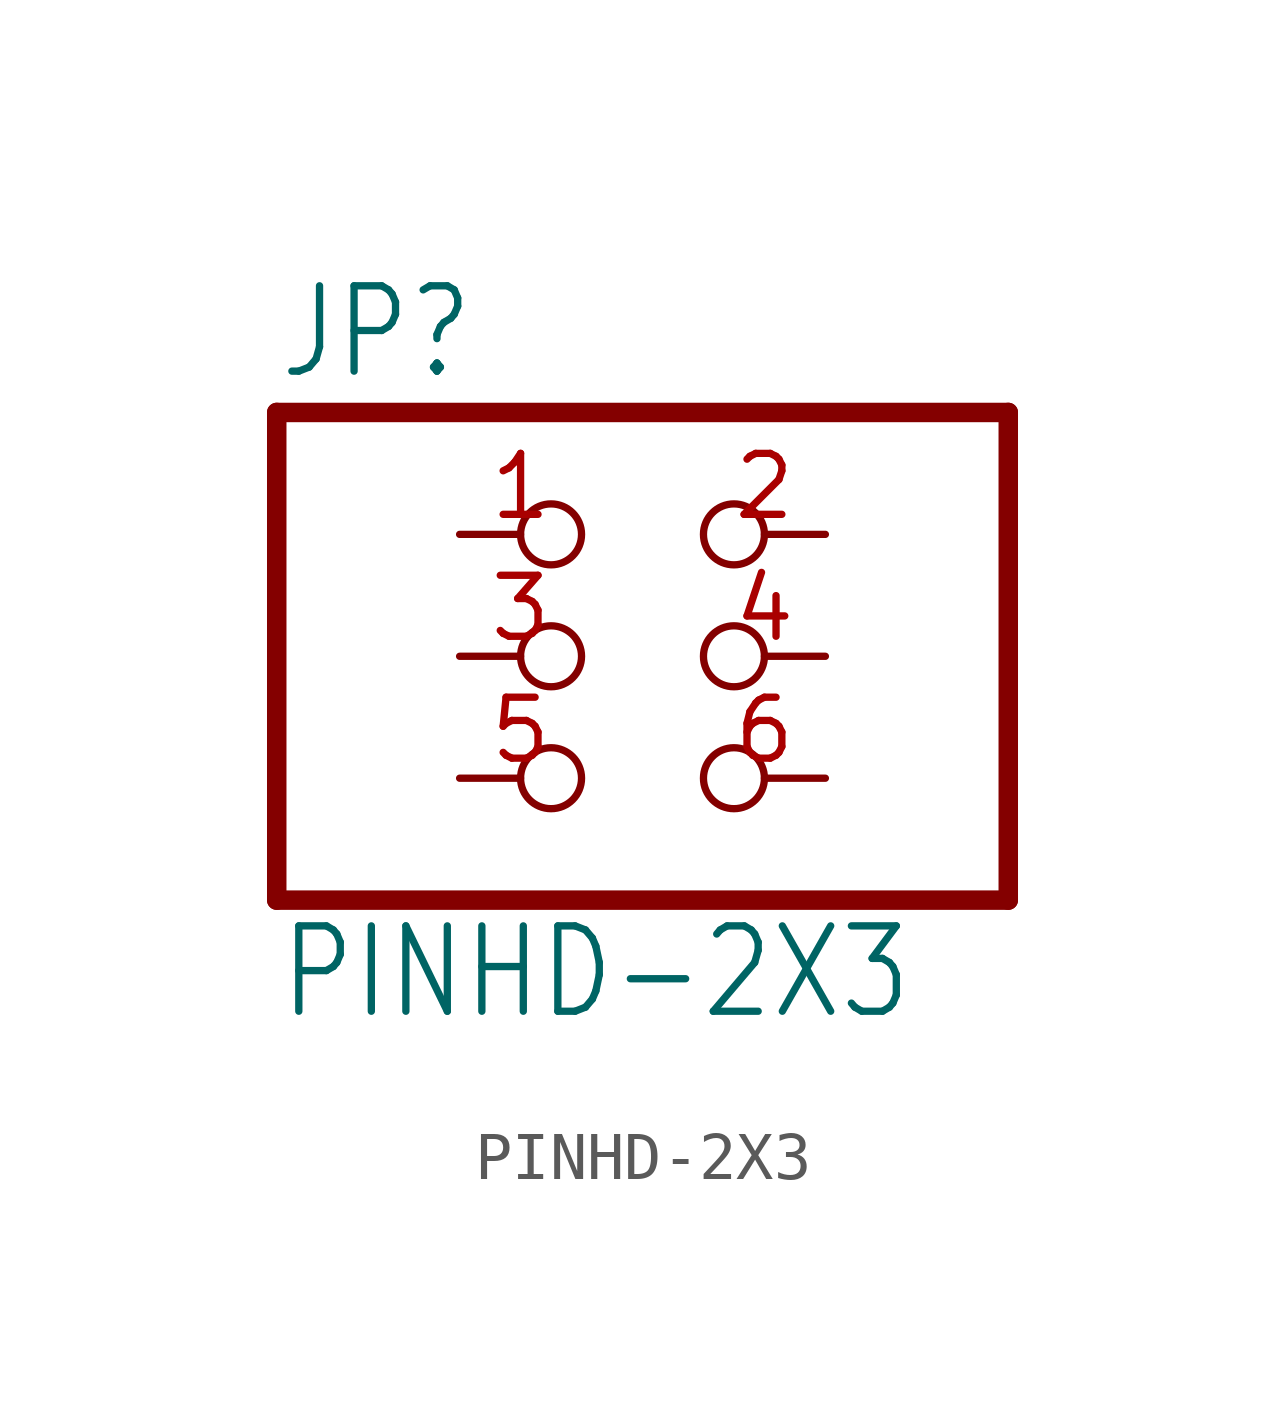
<source format=kicad_sym>
(kicad_symbol_lib
  (version 20220331)
  (generator kicad_symbol_editor)
  (symbol "PINHD-2X3"
    (property "Reference" "JP"
      (at -6.35 5.715 0)
      (effects (font (size 1.778 1.511)) (justify left bottom)))
    (property "Value" "PINHD-2X3"
      (at -6.35 -7.62 0)
      (effects (font (size 1.778 1.511)) (justify left bottom)))
    (property "ki_locked" ""
      (at 0 0 0)
      (effects (font (size 1.27 1.27))))
    (symbol "PINHD-2X3_1_0"
      (polyline (pts (xy -6.35 -5.08) (xy 8.89 -5.08)) (stroke (width 0.406) (type solid)) (fill (type none)))
      (polyline (pts (xy -6.35 5.08) (xy -6.35 -5.08)) (stroke (width 0.406) (type solid)) (fill (type none)))
      (polyline (pts (xy 8.89 -5.08) (xy 8.89 5.08)) (stroke (width 0.406) (type solid)) (fill (type none)))
      (polyline (pts (xy 8.89 5.08) (xy -6.35 5.08)) (stroke (width 0.406) (type solid)) (fill (type none)))
      (pin passive inverted (at -2.54 2.54 0) (length 2.54) (name "1" (effects (font (size 0 0)))) (number "1" (effects (font (size 1.27 1.27)))))
      (pin passive inverted (at 5.08 2.54 180) (length 2.54) (name "2" (effects (font (size 0 0)))) (number "2" (effects (font (size 1.27 1.27)))))
      (pin passive inverted (at -2.54 0 0) (length 2.54) (name "3" (effects (font (size 0 0)))) (number "3" (effects (font (size 1.27 1.27)))))
      (pin passive inverted (at 5.08 0 180) (length 2.54) (name "4" (effects (font (size 0 0)))) (number "4" (effects (font (size 1.27 1.27)))))
      (pin passive inverted (at -2.54 -2.54 0) (length 2.54) (name "5" (effects (font (size 0 0)))) (number "5" (effects (font (size 1.27 1.27)))))
      (pin passive inverted (at 5.08 -2.54 180) (length 2.54) (name "6" (effects (font (size 0 0)))) (number "6" (effects (font (size 1.27 1.27))))))))
</source>
